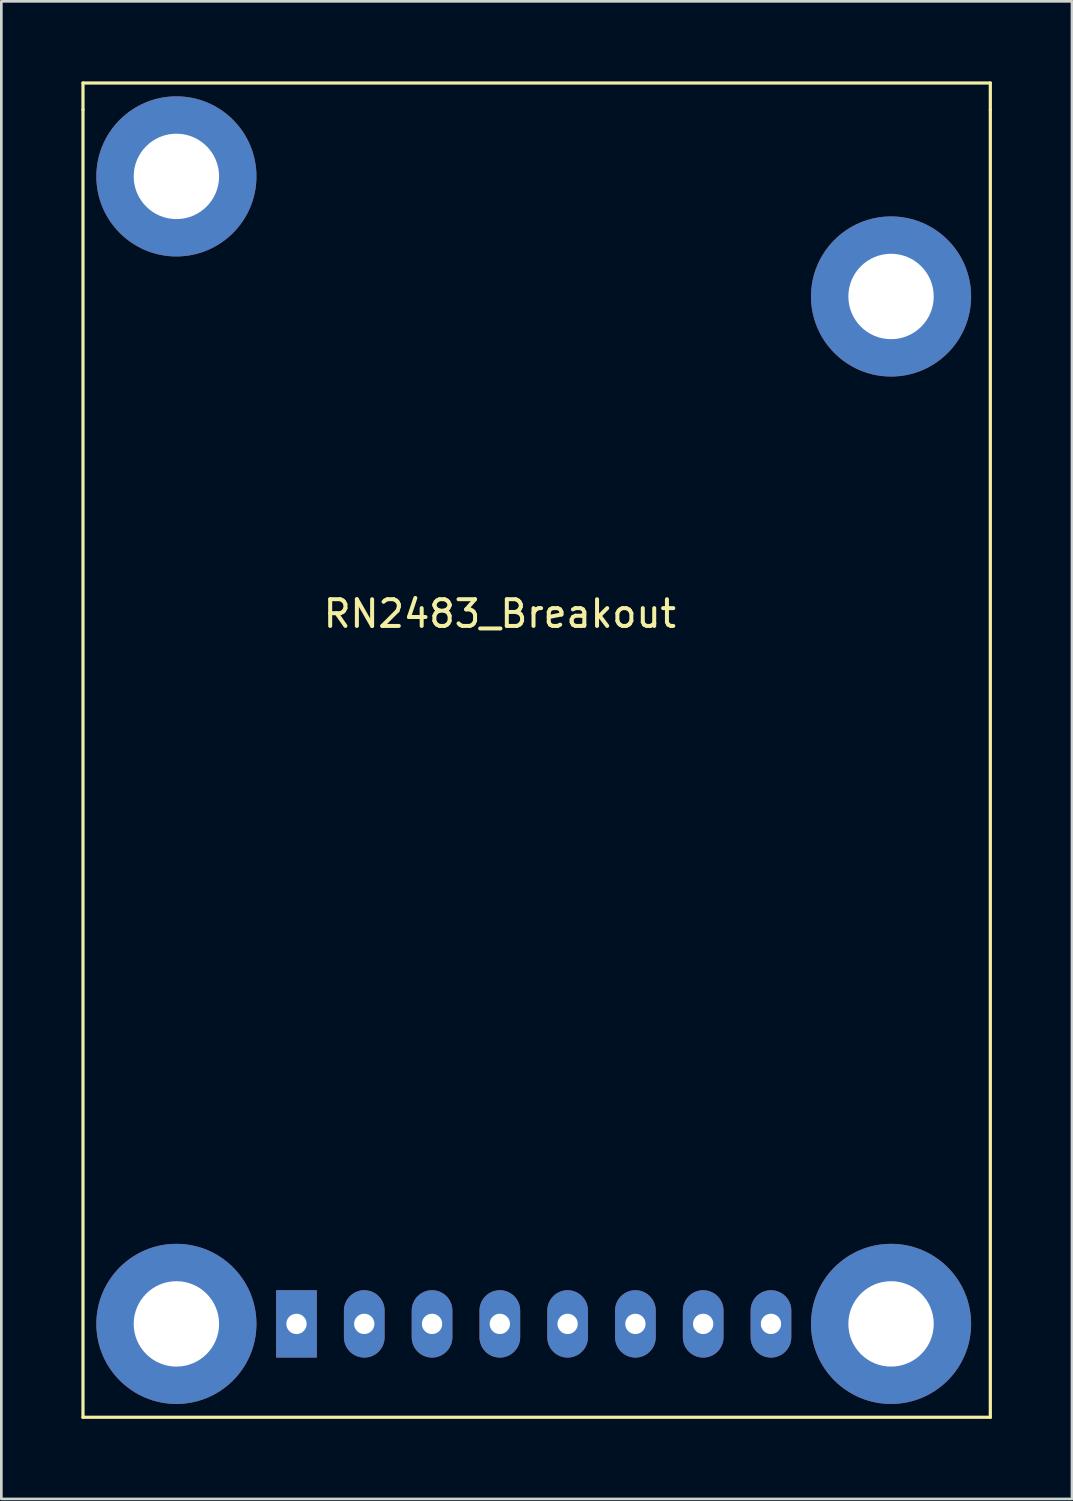
<source format=kicad_pcb>
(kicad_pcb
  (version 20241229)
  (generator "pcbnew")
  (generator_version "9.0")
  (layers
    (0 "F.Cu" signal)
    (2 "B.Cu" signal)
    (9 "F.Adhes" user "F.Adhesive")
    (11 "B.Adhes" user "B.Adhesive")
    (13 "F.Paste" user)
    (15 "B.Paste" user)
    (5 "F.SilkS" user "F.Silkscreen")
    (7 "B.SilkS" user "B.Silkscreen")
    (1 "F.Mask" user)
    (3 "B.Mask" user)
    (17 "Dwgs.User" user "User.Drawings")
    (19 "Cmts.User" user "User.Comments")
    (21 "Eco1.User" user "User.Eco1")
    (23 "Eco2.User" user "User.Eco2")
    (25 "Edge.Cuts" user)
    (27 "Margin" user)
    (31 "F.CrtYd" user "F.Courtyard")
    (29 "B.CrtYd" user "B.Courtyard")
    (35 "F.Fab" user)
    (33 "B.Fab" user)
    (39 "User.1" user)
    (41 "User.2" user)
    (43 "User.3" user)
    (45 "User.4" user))
  (footprint "RN2483_Breakout"
    (layer "F.Cu")
    (at 8.06 46.56)
    (property "Reference" "RN2483_Breakout" (at 7.62 -26.61 0) (layer "F.SilkS") (effects (font (size 1 1) (thickness 0.15))))
    (attr through_hole)
    (fp_line (start -8 -45.5) (end -8 -46.5) (stroke (width 0.12) (type solid)) (layer "F.SilkS"))
    (fp_line (start -8 -45.5) (end -8 3.5) (stroke (width 0.12) (type solid)) (layer "F.SilkS"))
    (fp_line (start -8 3.5) (end 26 3.5) (stroke (width 0.12) (type solid)) (layer "F.SilkS"))
    (fp_line (start 26 -46.5) (end -8 -46.5) (stroke (width 0.12) (type solid)) (layer "F.SilkS"))
    (fp_line (start 26 -45.5) (end 26 -46.5) (stroke (width 0.12) (type solid)) (layer "F.SilkS"))
    (fp_line (start 26 3.5) (end 26 -45.5) (stroke (width 0.12) (type solid)) (layer "F.SilkS"))
    (pad "" thru_hole circle (at -4.5 -43) (size 6 6) (drill 3.2) (layers "*.Cu" "*.Mask"))
    (pad "" thru_hole circle (at -4.5 0) (size 6 6) (drill 3.2) (layers "*.Cu" "*.Mask"))
    (pad "" thru_hole circle (at 22.28 -38.5) (size 6 6) (drill 3.2) (layers "*.Cu" "*.Mask"))
    (pad "" thru_hole circle (at 22.28 0) (size 6 6) (drill 3.2) (layers "*.Cu" "*.Mask"))
    (pad "1" thru_hole rect (at 0 0) (size 1.524 2.524) (drill 0.762) (layers "*.Cu" "*.Mask"))
    (pad "2" thru_hole oval (at 2.54 0) (size 1.524 2.524) (drill 0.762) (layers "*.Cu" "*.Mask"))
    (pad "3" thru_hole oval (at 5.08 0) (size 1.524 2.524) (drill 0.762) (layers "*.Cu" "*.Mask"))
    (pad "4" thru_hole oval (at 7.62 0) (size 1.524 2.524) (drill 0.762) (layers "*.Cu" "*.Mask"))
    (pad "5" thru_hole oval (at 10.16 0) (size 1.524 2.524) (drill 0.762) (layers "*.Cu" "*.Mask"))
    (pad "6" thru_hole oval (at 12.7 0) (size 1.524 2.524) (drill 0.762) (layers "*.Cu" "*.Mask"))
    (pad "7" thru_hole oval (at 15.24 0) (size 1.524 2.524) (drill 0.762) (layers "*.Cu" "*.Mask"))
    (pad "8" thru_hole oval (at 17.78 0) (size 1.524 2.524) (drill 0.762) (layers "*.Cu" "*.Mask")))
  (gr_rect
    (start -3 -3)
    (end 37.12 53.12)
    (stroke (width 0.1) (type default))
    (fill no)
    (layer "Edge.Cuts")))
</source>
